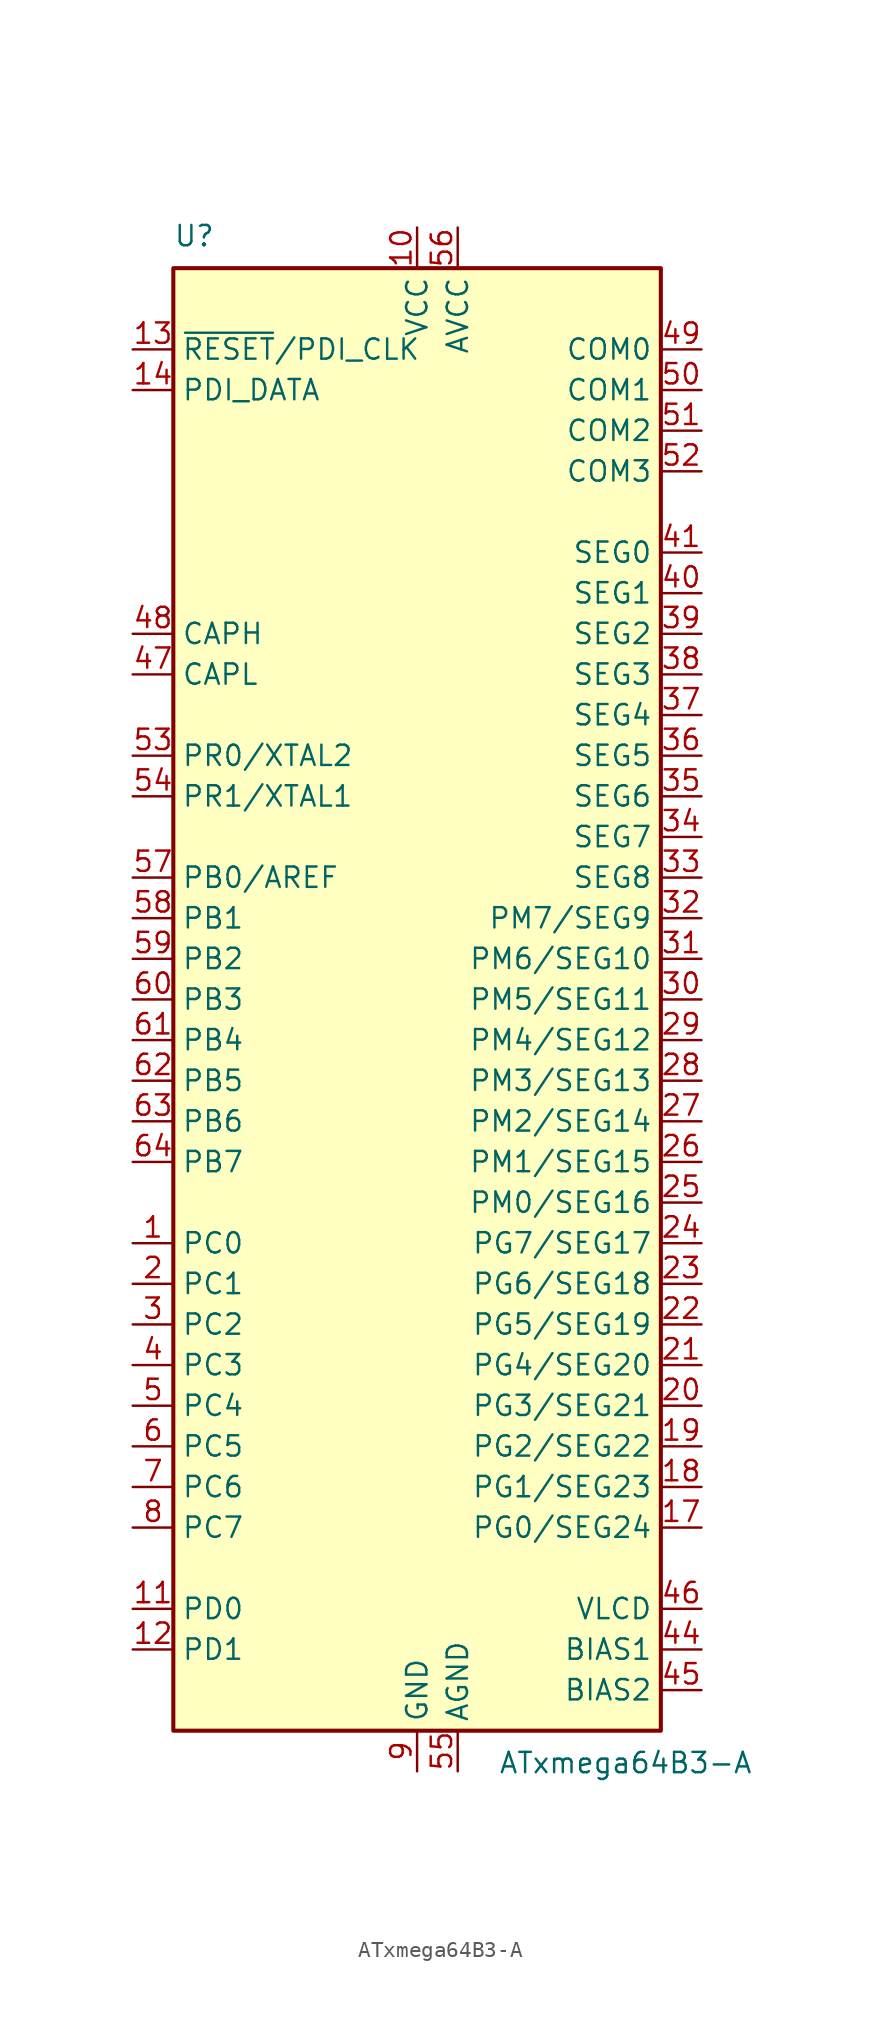
<source format=kicad_sym>
(kicad_symbol_lib
  (version 20241209)
  (generator "kicad_symbol_editor")
  (generator_version "9.0")
  (symbol "ATxmega64B3-A"
    (property "Reference" "U"
      (at -15.24 46.99 0)
      (effects (font (size 1.27 1.27)) (justify left bottom)))
    (property "Value" "ATxmega64B3-A"
      (at 5.08 -46.99 0)
      (effects (font (size 1.27 1.27)) (justify left top)))
    (symbol "ATxmega64B3-A_0_1"
      (rectangle (start -15.24 -45.72) (end 15.24 45.72) (stroke (width 0.254) (type default)) (fill (type background))))
    (symbol "ATxmega64B3-A_1_1"
      (pin input line (at -17.78 40.64 0) (length 2.54) (name "~{RESET}/PDI_CLK" (effects (font (size 1.27 1.27)))) (number "13" (effects (font (size 1.27 1.27)))))
      (pin bidirectional line (at -17.78 38.1 0) (length 2.54) (name "PDI_DATA" (effects (font (size 1.27 1.27)))) (number "14" (effects (font (size 1.27 1.27)))))
      (pin passive line (at -17.78 22.86 0) (length 2.54) (name "CAPH" (effects (font (size 1.27 1.27)))) (number "48" (effects (font (size 1.27 1.27)))))
      (pin passive line (at -17.78 20.32 0) (length 2.54) (name "CAPL" (effects (font (size 1.27 1.27)))) (number "47" (effects (font (size 1.27 1.27)))))
      (pin bidirectional line (at -17.78 15.24 0) (length 2.54) (name "PR0/XTAL2" (effects (font (size 1.27 1.27)))) (number "53" (effects (font (size 1.27 1.27)))))
      (pin bidirectional line (at -17.78 12.7 0) (length 2.54) (name "PR1/XTAL1" (effects (font (size 1.27 1.27)))) (number "54" (effects (font (size 1.27 1.27)))))
      (pin bidirectional line (at -17.78 7.62 0) (length 2.54) (name "PB0/AREF" (effects (font (size 1.27 1.27)))) (number "57" (effects (font (size 1.27 1.27)))))
      (pin bidirectional line (at -17.78 5.08 0) (length 2.54) (name "PB1" (effects (font (size 1.27 1.27)))) (number "58" (effects (font (size 1.27 1.27)))))
      (pin bidirectional line (at -17.78 2.54 0) (length 2.54) (name "PB2" (effects (font (size 1.27 1.27)))) (number "59" (effects (font (size 1.27 1.27)))))
      (pin bidirectional line (at -17.78 0 0) (length 2.54) (name "PB3" (effects (font (size 1.27 1.27)))) (number "60" (effects (font (size 1.27 1.27)))))
      (pin bidirectional line (at -17.78 -2.54 0) (length 2.54) (name "PB4" (effects (font (size 1.27 1.27)))) (number "61" (effects (font (size 1.27 1.27)))))
      (pin bidirectional line (at -17.78 -5.08 0) (length 2.54) (name "PB5" (effects (font (size 1.27 1.27)))) (number "62" (effects (font (size 1.27 1.27)))))
      (pin bidirectional line (at -17.78 -7.62 0) (length 2.54) (name "PB6" (effects (font (size 1.27 1.27)))) (number "63" (effects (font (size 1.27 1.27)))))
      (pin bidirectional line (at -17.78 -10.16 0) (length 2.54) (name "PB7" (effects (font (size 1.27 1.27)))) (number "64" (effects (font (size 1.27 1.27)))))
      (pin bidirectional line (at -17.78 -15.24 0) (length 2.54) (name "PC0" (effects (font (size 1.27 1.27)))) (number "1" (effects (font (size 1.27 1.27)))))
      (pin bidirectional line (at -17.78 -17.78 0) (length 2.54) (name "PC1" (effects (font (size 1.27 1.27)))) (number "2" (effects (font (size 1.27 1.27)))))
      (pin bidirectional line (at -17.78 -20.32 0) (length 2.54) (name "PC2" (effects (font (size 1.27 1.27)))) (number "3" (effects (font (size 1.27 1.27)))))
      (pin bidirectional line (at -17.78 -22.86 0) (length 2.54) (name "PC3" (effects (font (size 1.27 1.27)))) (number "4" (effects (font (size 1.27 1.27)))))
      (pin bidirectional line (at -17.78 -25.4 0) (length 2.54) (name "PC4" (effects (font (size 1.27 1.27)))) (number "5" (effects (font (size 1.27 1.27)))))
      (pin bidirectional line (at -17.78 -27.94 0) (length 2.54) (name "PC5" (effects (font (size 1.27 1.27)))) (number "6" (effects (font (size 1.27 1.27)))))
      (pin bidirectional line (at -17.78 -30.48 0) (length 2.54) (name "PC6" (effects (font (size 1.27 1.27)))) (number "7" (effects (font (size 1.27 1.27)))))
      (pin bidirectional line (at -17.78 -33.02 0) (length 2.54) (name "PC7" (effects (font (size 1.27 1.27)))) (number "8" (effects (font (size 1.27 1.27)))))
      (pin bidirectional line (at -17.78 -38.1 0) (length 2.54) (name "PD0" (effects (font (size 1.27 1.27)))) (number "11" (effects (font (size 1.27 1.27)))))
      (pin bidirectional line (at -17.78 -40.64 0) (length 2.54) (name "PD1" (effects (font (size 1.27 1.27)))) (number "12" (effects (font (size 1.27 1.27)))))
      (pin power_in line (at 0 48.26 270) (length 2.54) (name "VCC" (effects (font (size 1.27 1.27)))) (number "10" (effects (font (size 1.27 1.27)))))
      (pin passive line (at 0 48.26 270) (length 2.54) (hide yes) (name "VCC" (effects (font (size 1.27 1.27)))) (number "16" (effects (font (size 1.27 1.27)))))
      (pin passive line (at 0 48.26 270) (length 2.54) (hide yes) (name "VCC" (effects (font (size 1.27 1.27)))) (number "43" (effects (font (size 1.27 1.27)))))
      (pin passive line (at 0 -48.26 90) (length 2.54) (hide yes) (name "GND" (effects (font (size 1.27 1.27)))) (number "15" (effects (font (size 1.27 1.27)))))
      (pin passive line (at 0 -48.26 90) (length 2.54) (hide yes) (name "GND" (effects (font (size 1.27 1.27)))) (number "42" (effects (font (size 1.27 1.27)))))
      (pin power_in line (at 0 -48.26 90) (length 2.54) (name "GND" (effects (font (size 1.27 1.27)))) (number "9" (effects (font (size 1.27 1.27)))))
      (pin power_in line (at 2.54 48.26 270) (length 2.54) (name "AVCC" (effects (font (size 1.27 1.27)))) (number "56" (effects (font (size 1.27 1.27)))))
      (pin power_in line (at 2.54 -48.26 90) (length 2.54) (name "AGND" (effects (font (size 1.27 1.27)))) (number "55" (effects (font (size 1.27 1.27)))))
      (pin output line (at 17.78 40.64 180) (length 2.54) (name "COM0" (effects (font (size 1.27 1.27)))) (number "49" (effects (font (size 1.27 1.27)))))
      (pin output line (at 17.78 38.1 180) (length 2.54) (name "COM1" (effects (font (size 1.27 1.27)))) (number "50" (effects (font (size 1.27 1.27)))))
      (pin output line (at 17.78 35.56 180) (length 2.54) (name "COM2" (effects (font (size 1.27 1.27)))) (number "51" (effects (font (size 1.27 1.27)))))
      (pin output line (at 17.78 33.02 180) (length 2.54) (name "COM3" (effects (font (size 1.27 1.27)))) (number "52" (effects (font (size 1.27 1.27)))))
      (pin output line (at 17.78 27.94 180) (length 2.54) (name "SEG0" (effects (font (size 1.27 1.27)))) (number "41" (effects (font (size 1.27 1.27)))))
      (pin output line (at 17.78 25.4 180) (length 2.54) (name "SEG1" (effects (font (size 1.27 1.27)))) (number "40" (effects (font (size 1.27 1.27)))))
      (pin output line (at 17.78 22.86 180) (length 2.54) (name "SEG2" (effects (font (size 1.27 1.27)))) (number "39" (effects (font (size 1.27 1.27)))))
      (pin output line (at 17.78 20.32 180) (length 2.54) (name "SEG3" (effects (font (size 1.27 1.27)))) (number "38" (effects (font (size 1.27 1.27)))))
      (pin output line (at 17.78 17.78 180) (length 2.54) (name "SEG4" (effects (font (size 1.27 1.27)))) (number "37" (effects (font (size 1.27 1.27)))))
      (pin output line (at 17.78 15.24 180) (length 2.54) (name "SEG5" (effects (font (size 1.27 1.27)))) (number "36" (effects (font (size 1.27 1.27)))))
      (pin output line (at 17.78 12.7 180) (length 2.54) (name "SEG6" (effects (font (size 1.27 1.27)))) (number "35" (effects (font (size 1.27 1.27)))))
      (pin output line (at 17.78 10.16 180) (length 2.54) (name "SEG7" (effects (font (size 1.27 1.27)))) (number "34" (effects (font (size 1.27 1.27)))))
      (pin output line (at 17.78 7.62 180) (length 2.54) (name "SEG8" (effects (font (size 1.27 1.27)))) (number "33" (effects (font (size 1.27 1.27)))))
      (pin bidirectional line (at 17.78 5.08 180) (length 2.54) (name "PM7/SEG9" (effects (font (size 1.27 1.27)))) (number "32" (effects (font (size 1.27 1.27)))))
      (pin bidirectional line (at 17.78 2.54 180) (length 2.54) (name "PM6/SEG10" (effects (font (size 1.27 1.27)))) (number "31" (effects (font (size 1.27 1.27)))))
      (pin bidirectional line (at 17.78 0 180) (length 2.54) (name "PM5/SEG11" (effects (font (size 1.27 1.27)))) (number "30" (effects (font (size 1.27 1.27)))))
      (pin bidirectional line (at 17.78 -2.54 180) (length 2.54) (name "PM4/SEG12" (effects (font (size 1.27 1.27)))) (number "29" (effects (font (size 1.27 1.27)))))
      (pin bidirectional line (at 17.78 -5.08 180) (length 2.54) (name "PM3/SEG13" (effects (font (size 1.27 1.27)))) (number "28" (effects (font (size 1.27 1.27)))))
      (pin bidirectional line (at 17.78 -7.62 180) (length 2.54) (name "PM2/SEG14" (effects (font (size 1.27 1.27)))) (number "27" (effects (font (size 1.27 1.27)))))
      (pin bidirectional line (at 17.78 -10.16 180) (length 2.54) (name "PM1/SEG15" (effects (font (size 1.27 1.27)))) (number "26" (effects (font (size 1.27 1.27)))))
      (pin bidirectional line (at 17.78 -12.7 180) (length 2.54) (name "PM0/SEG16" (effects (font (size 1.27 1.27)))) (number "25" (effects (font (size 1.27 1.27)))))
      (pin bidirectional line (at 17.78 -15.24 180) (length 2.54) (name "PG7/SEG17" (effects (font (size 1.27 1.27)))) (number "24" (effects (font (size 1.27 1.27)))))
      (pin bidirectional line (at 17.78 -17.78 180) (length 2.54) (name "PG6/SEG18" (effects (font (size 1.27 1.27)))) (number "23" (effects (font (size 1.27 1.27)))))
      (pin bidirectional line (at 17.78 -20.32 180) (length 2.54) (name "PG5/SEG19" (effects (font (size 1.27 1.27)))) (number "22" (effects (font (size 1.27 1.27)))))
      (pin bidirectional line (at 17.78 -22.86 180) (length 2.54) (name "PG4/SEG20" (effects (font (size 1.27 1.27)))) (number "21" (effects (font (size 1.27 1.27)))))
      (pin bidirectional line (at 17.78 -25.4 180) (length 2.54) (name "PG3/SEG21" (effects (font (size 1.27 1.27)))) (number "20" (effects (font (size 1.27 1.27)))))
      (pin bidirectional line (at 17.78 -27.94 180) (length 2.54) (name "PG2/SEG22" (effects (font (size 1.27 1.27)))) (number "19" (effects (font (size 1.27 1.27)))))
      (pin bidirectional line (at 17.78 -30.48 180) (length 2.54) (name "PG1/SEG23" (effects (font (size 1.27 1.27)))) (number "18" (effects (font (size 1.27 1.27)))))
      (pin bidirectional line (at 17.78 -33.02 180) (length 2.54) (name "PG0/SEG24" (effects (font (size 1.27 1.27)))) (number "17" (effects (font (size 1.27 1.27)))))
      (pin power_out line (at 17.78 -38.1 180) (length 2.54) (name "VLCD" (effects (font (size 1.27 1.27)))) (number "46" (effects (font (size 1.27 1.27)))))
      (pin power_out line (at 17.78 -40.64 180) (length 2.54) (name "BIAS1" (effects (font (size 1.27 1.27)))) (number "44" (effects (font (size 1.27 1.27)))))
      (pin power_out line (at 17.78 -43.18 180) (length 2.54) (name "BIAS2" (effects (font (size 1.27 1.27)))) (number "45" (effects (font (size 1.27 1.27))))))))
</source>
